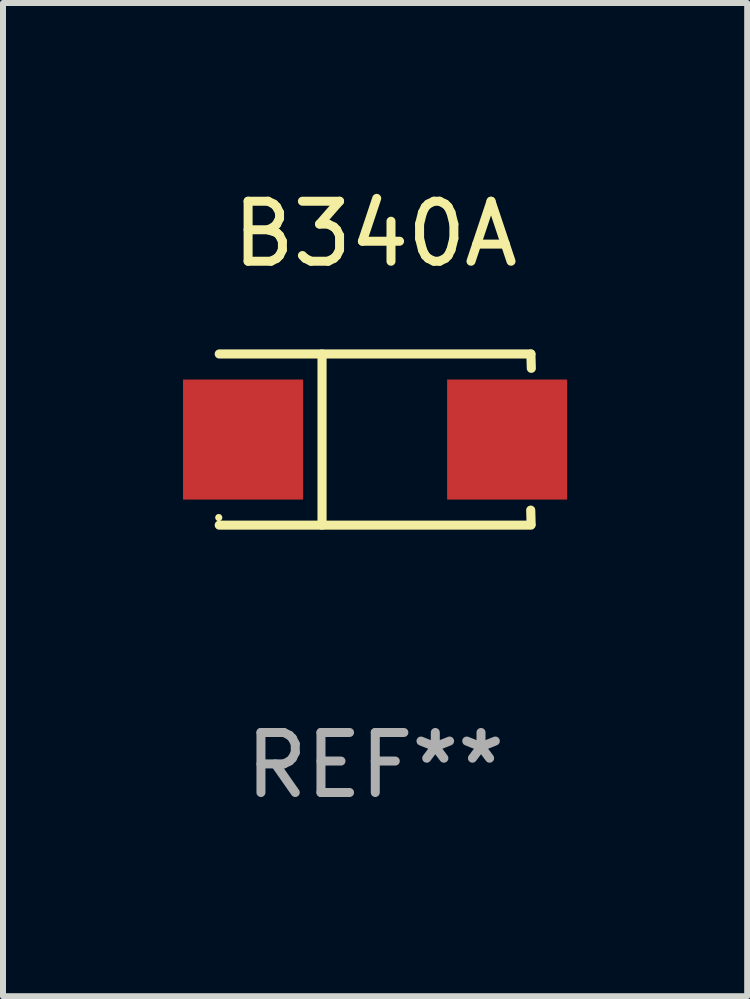
<source format=kicad_pcb>
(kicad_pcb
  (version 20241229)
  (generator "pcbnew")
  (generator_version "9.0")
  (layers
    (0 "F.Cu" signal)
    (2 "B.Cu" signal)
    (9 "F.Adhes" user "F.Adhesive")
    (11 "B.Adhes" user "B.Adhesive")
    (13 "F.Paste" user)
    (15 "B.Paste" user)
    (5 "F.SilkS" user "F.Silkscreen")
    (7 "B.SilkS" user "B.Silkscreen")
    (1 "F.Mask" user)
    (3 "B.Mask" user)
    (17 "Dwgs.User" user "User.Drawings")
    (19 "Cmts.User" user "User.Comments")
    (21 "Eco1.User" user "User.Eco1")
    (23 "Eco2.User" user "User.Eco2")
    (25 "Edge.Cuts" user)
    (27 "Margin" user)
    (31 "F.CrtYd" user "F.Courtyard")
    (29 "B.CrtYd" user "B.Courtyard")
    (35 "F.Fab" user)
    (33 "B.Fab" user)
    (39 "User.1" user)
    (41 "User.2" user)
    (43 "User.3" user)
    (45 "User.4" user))
  (footprint "B340A"
    (layer "F.Cu")
    (at 3.203 4.274)
    (property "Reference" "B340A" (at 0 -3.426 0) (layer "F.SilkS") (effects (font (size 1 1) (thickness 0.15))))
    (attr through_hole)
    (fp_line (start -2.6 -1.426) (end 2.593 -1.426) (stroke (width 0.152) (type solid)) (layer "F.SilkS"))
    (fp_line (start -2.6 1.426) (end 2.593 1.426) (stroke (width 0.152) (type solid)) (layer "F.SilkS"))
    (fp_line (start -0.887 -1.426) (end -0.887 1.426) (stroke (width 0.152) (type solid)) (layer "F.SilkS"))
    (fp_line (start 2.59 1.176) (end 2.597 1.415) (stroke (width 0.152) (type solid)) (layer "F.SilkS"))
    (fp_line (start 2.593 -1.426) (end 2.6 -1.187) (stroke (width 0.152) (type solid)) (layer "F.SilkS"))
    (fp_circle (center -2.608 1.3) (end -2.578 1.3) (stroke (width 0.06) (type solid)) (fill no) (layer "F.SilkS"))
    (fp_text user "REF**" (at 0 5.426 0) (layer "F.Fab") (effects (font (size 1 1) (thickness 0.15))))
    (pad "1" smd rect (at -2.203 0 180) (size 2 2) (layers "F.Cu" "F.Mask" "F.Paste"))
    (pad "2" smd rect (at 2.197 0 180) (size 2 2) (layers "F.Cu" "F.Mask" "F.Paste")))
  (gr_rect
    (start -3 -3)
    (end 9.4 13.549)
    (stroke (width 0.1) (type default))
    (fill no)
    (layer "Edge.Cuts")))
</source>
